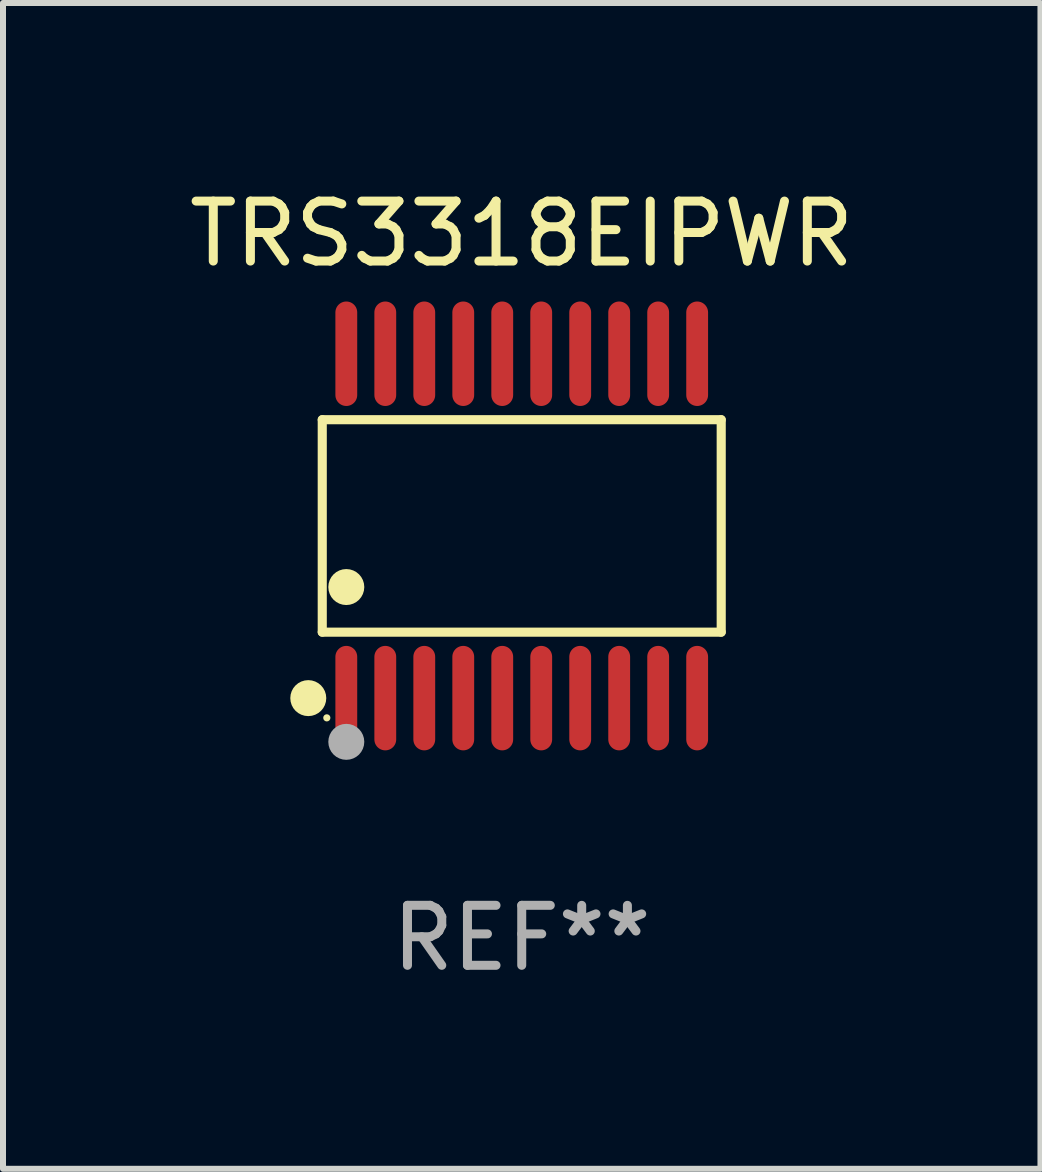
<source format=kicad_pcb>
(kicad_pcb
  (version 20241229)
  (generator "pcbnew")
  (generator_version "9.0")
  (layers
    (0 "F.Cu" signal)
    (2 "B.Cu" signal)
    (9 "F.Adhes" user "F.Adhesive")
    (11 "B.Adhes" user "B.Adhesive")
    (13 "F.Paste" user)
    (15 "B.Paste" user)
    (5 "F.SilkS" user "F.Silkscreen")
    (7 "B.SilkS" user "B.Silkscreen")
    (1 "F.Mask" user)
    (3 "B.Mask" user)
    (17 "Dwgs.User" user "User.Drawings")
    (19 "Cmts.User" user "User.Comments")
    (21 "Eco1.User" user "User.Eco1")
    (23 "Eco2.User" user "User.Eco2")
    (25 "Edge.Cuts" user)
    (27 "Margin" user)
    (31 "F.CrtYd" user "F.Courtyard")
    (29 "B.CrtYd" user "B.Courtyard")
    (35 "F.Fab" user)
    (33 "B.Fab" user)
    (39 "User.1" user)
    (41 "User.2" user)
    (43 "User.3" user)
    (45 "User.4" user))
  (footprint "TRS3318EIPWR"
    (layer "F.Cu")
    (at 5.649 5.719)
    (property "Reference" "TRS3318EIPWR" (at 0 -4.871 0) (layer "F.SilkS") (effects (font (size 1 1) (thickness 0.15))))
    (attr through_hole)
    (fp_line (start -3.326 -1.771) (end 3.326 -1.771) (stroke (width 0.152) (type solid)) (layer "F.SilkS"))
    (fp_line (start -3.326 1.771) (end -3.326 -1.771) (stroke (width 0.152) (type solid)) (layer "F.SilkS"))
    (fp_line (start 3.326 -1.771) (end 3.326 1.771) (stroke (width 0.152) (type solid)) (layer "F.SilkS"))
    (fp_line (start 3.326 1.771) (end -3.326 1.771) (stroke (width 0.152) (type solid)) (layer "F.SilkS"))
    (fp_circle (center -3.559 2.871) (end -3.409 2.871) (stroke (width 0.3) (type solid)) (fill no) (layer "F.SilkS"))
    (fp_circle (center -3.25 3.2) (end -3.22 3.2) (stroke (width 0.06) (type solid)) (fill no) (layer "F.SilkS"))
    (fp_circle (center -2.925 1.019) (end -2.775 1.019) (stroke (width 0.3) (type solid)) (fill no) (layer "F.SilkS"))
    (fp_circle (center -2.925 3.6) (end -2.775 3.6) (stroke (width 0.3) (type solid)) (fill no) (layer "F.Fab"))
    (fp_text user "REF**" (at 0 6.871 0) (layer "F.Fab") (effects (font (size 1 1) (thickness 0.15))))
    (pad "1" smd oval (at -2.925 2.871) (size 0.364 1.742) (layers "F.Cu" "F.Mask" "F.Paste"))
    (pad "2" smd oval (at -2.275 2.871) (size 0.364 1.742) (layers "F.Cu" "F.Mask" "F.Paste"))
    (pad "3" smd oval (at -1.625 2.871) (size 0.364 1.742) (layers "F.Cu" "F.Mask" "F.Paste"))
    (pad "4" smd oval (at -0.975 2.871) (size 0.364 1.742) (layers "F.Cu" "F.Mask" "F.Paste"))
    (pad "5" smd oval (at -0.325 2.871) (size 0.364 1.742) (layers "F.Cu" "F.Mask" "F.Paste"))
    (pad "6" smd oval (at 0.325 2.871) (size 0.364 1.742) (layers "F.Cu" "F.Mask" "F.Paste"))
    (pad "7" smd oval (at 0.975 2.871) (size 0.364 1.742) (layers "F.Cu" "F.Mask" "F.Paste"))
    (pad "8" smd oval (at 1.625 2.871) (size 0.364 1.742) (layers "F.Cu" "F.Mask" "F.Paste"))
    (pad "9" smd oval (at 2.275 2.871) (size 0.364 1.742) (layers "F.Cu" "F.Mask" "F.Paste"))
    (pad "10" smd oval (at 2.925 2.871) (size 0.364 1.742) (layers "F.Cu" "F.Mask" "F.Paste"))
    (pad "11" smd oval (at 2.925 -2.871) (size 0.364 1.742) (layers "F.Cu" "F.Mask" "F.Paste"))
    (pad "12" smd oval (at 2.275 -2.871) (size 0.364 1.742) (layers "F.Cu" "F.Mask" "F.Paste"))
    (pad "13" smd oval (at 1.625 -2.871) (size 0.364 1.742) (layers "F.Cu" "F.Mask" "F.Paste"))
    (pad "14" smd oval (at 0.975 -2.871) (size 0.364 1.742) (layers "F.Cu" "F.Mask" "F.Paste"))
    (pad "15" smd oval (at 0.325 -2.871) (size 0.364 1.742) (layers "F.Cu" "F.Mask" "F.Paste"))
    (pad "16" smd oval (at -0.325 -2.871) (size 0.364 1.742) (layers "F.Cu" "F.Mask" "F.Paste"))
    (pad "17" smd oval (at -0.975 -2.871) (size 0.364 1.742) (layers "F.Cu" "F.Mask" "F.Paste"))
    (pad "18" smd oval (at -1.625 -2.871) (size 0.364 1.742) (layers "F.Cu" "F.Mask" "F.Paste"))
    (pad "19" smd oval (at -2.275 -2.871) (size 0.364 1.742) (layers "F.Cu" "F.Mask" "F.Paste"))
    (pad "20" smd oval (at -2.925 -2.871) (size 0.364 1.742) (layers "F.Cu" "F.Mask" "F.Paste")))
  (gr_rect
    (start -3 -3)
    (end 14.298 16.438)
    (stroke (width 0.1) (type default))
    (fill no)
    (layer "Edge.Cuts")))
</source>
